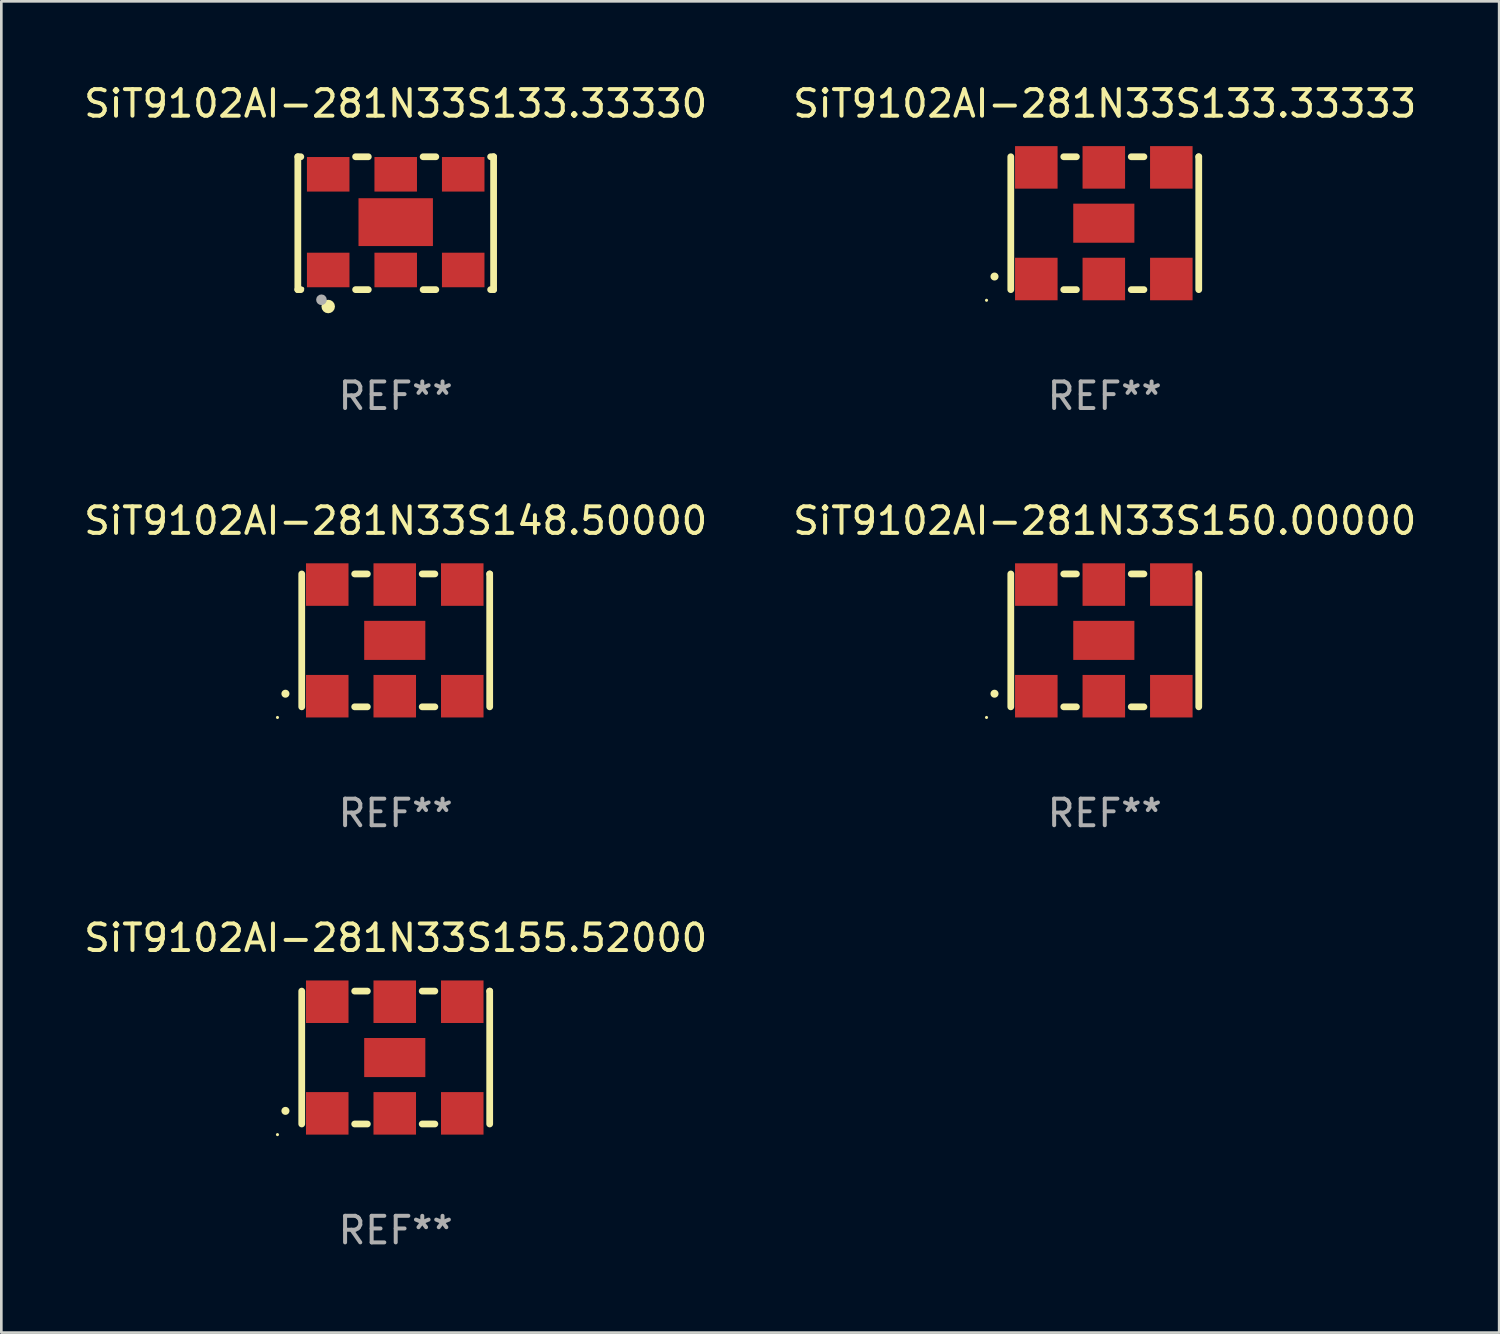
<source format=kicad_pcb>
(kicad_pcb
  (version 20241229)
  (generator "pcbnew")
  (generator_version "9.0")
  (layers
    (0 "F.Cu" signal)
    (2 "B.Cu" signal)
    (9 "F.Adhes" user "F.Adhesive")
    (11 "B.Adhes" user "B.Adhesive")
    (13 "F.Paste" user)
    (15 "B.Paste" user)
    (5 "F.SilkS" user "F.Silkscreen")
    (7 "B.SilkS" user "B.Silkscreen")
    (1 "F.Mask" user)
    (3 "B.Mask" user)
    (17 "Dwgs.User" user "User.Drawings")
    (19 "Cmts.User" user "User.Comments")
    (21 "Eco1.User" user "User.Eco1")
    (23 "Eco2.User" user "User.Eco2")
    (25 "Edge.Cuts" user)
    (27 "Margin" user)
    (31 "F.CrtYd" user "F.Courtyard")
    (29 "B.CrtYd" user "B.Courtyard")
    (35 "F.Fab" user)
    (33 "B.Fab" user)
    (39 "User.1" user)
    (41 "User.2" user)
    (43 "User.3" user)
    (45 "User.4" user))
  (footprint "SiT9102AI-281N33S133.33333"
    (layer "F.Cu")
    (at 38.518 5.348)
    (property "Reference" "SiT9102AI-281N33S133.33333" (at 0 -4.5 0) (layer "F.SilkS") (effects (font (size 1 1) (thickness 0.15))))
    (attr through_hole)
    (fp_line (start -3.536 -2.5) (end -3.536 2.5) (stroke (width 0.254) (type solid)) (layer "F.SilkS"))
    (fp_line (start -1.544 2.5) (end -1.067 2.5) (stroke (width 0.254) (type solid)) (layer "F.SilkS"))
    (fp_line (start -1.067 -2.5) (end -1.544 -2.5) (stroke (width 0.254) (type solid)) (layer "F.SilkS"))
    (fp_line (start 0.996 2.5) (end 1.473 2.5) (stroke (width 0.254) (type solid)) (layer "F.SilkS"))
    (fp_line (start 1.473 -2.5) (end 0.996 -2.5) (stroke (width 0.254) (type solid)) (layer "F.SilkS"))
    (fp_line (start 3.536 -2.5) (end 3.536 -2.5) (stroke (width 0.254) (type solid)) (layer "F.SilkS"))
    (fp_line (start 3.536 2.5) (end 3.536 -2.5) (stroke (width 0.254) (type solid)) (layer "F.SilkS"))
    (fp_arc (start -4.150432 2.006604) (mid -4.149162 2.006599) (end -4.147892 2.006604) (stroke (width 0.3) (type solid)) (layer "F.SilkS"))
    (fp_circle (center -4.449 2.9) (end -4.419 2.9) (stroke (width 0.06) (type solid)) (fill no) (layer "F.SilkS"))
    (fp_text user "REF**" (at 0 6.5 0) (layer "F.Fab") (effects (font (size 1 1) (thickness 0.15))))
    (pad "1" smd rect (at -2.576 2.1) (size 1.6 1.6) (layers "F.Cu" "F.Mask" "F.Paste"))
    (pad "2" smd rect (at -0.036 2.1) (size 1.6 1.6) (layers "F.Cu" "F.Mask" "F.Paste"))
    (pad "3" smd rect (at 2.504 2.1) (size 1.6 1.6) (layers "F.Cu" "F.Mask" "F.Paste"))
    (pad "4" smd rect (at 2.504 -2.1) (size 1.6 1.6) (layers "F.Cu" "F.Mask" "F.Paste"))
    (pad "5" smd rect (at -0.036 -2.1) (size 1.6 1.6) (layers "F.Cu" "F.Mask" "F.Paste"))
    (pad "6" smd rect (at -2.576 -2.1) (size 1.6 1.6) (layers "F.Cu" "F.Mask" "F.Paste"))
    (pad "7" smd rect (at -0.036 0) (size 2.3 1.47) (layers "F.Cu" "F.Mask" "F.Paste")))
  (footprint "SiT9102AI-281N33S150.00000"
    (layer "F.Cu")
    (at 38.518 21.045)
    (property "Reference" "SiT9102AI-281N33S150.00000" (at 0 -4.5 0) (layer "F.SilkS") (effects (font (size 1 1) (thickness 0.15))))
    (attr through_hole)
    (fp_line (start -3.536 -2.5) (end -3.536 2.5) (stroke (width 0.254) (type solid)) (layer "F.SilkS"))
    (fp_line (start -1.544 2.5) (end -1.067 2.5) (stroke (width 0.254) (type solid)) (layer "F.SilkS"))
    (fp_line (start -1.067 -2.5) (end -1.544 -2.5) (stroke (width 0.254) (type solid)) (layer "F.SilkS"))
    (fp_line (start 0.996 2.5) (end 1.473 2.5) (stroke (width 0.254) (type solid)) (layer "F.SilkS"))
    (fp_line (start 1.473 -2.5) (end 0.996 -2.5) (stroke (width 0.254) (type solid)) (layer "F.SilkS"))
    (fp_line (start 3.536 -2.5) (end 3.536 -2.5) (stroke (width 0.254) (type solid)) (layer "F.SilkS"))
    (fp_line (start 3.536 2.5) (end 3.536 -2.5) (stroke (width 0.254) (type solid)) (layer "F.SilkS"))
    (fp_arc (start -4.150432 2.006604) (mid -4.149162 2.006599) (end -4.147892 2.006604) (stroke (width 0.3) (type solid)) (layer "F.SilkS"))
    (fp_circle (center -4.449 2.9) (end -4.419 2.9) (stroke (width 0.06) (type solid)) (fill no) (layer "F.SilkS"))
    (fp_text user "REF**" (at 0 6.5 0) (layer "F.Fab") (effects (font (size 1 1) (thickness 0.15))))
    (pad "1" smd rect (at -2.576 2.1) (size 1.6 1.6) (layers "F.Cu" "F.Mask" "F.Paste"))
    (pad "2" smd rect (at -0.036 2.1) (size 1.6 1.6) (layers "F.Cu" "F.Mask" "F.Paste"))
    (pad "3" smd rect (at 2.504 2.1) (size 1.6 1.6) (layers "F.Cu" "F.Mask" "F.Paste"))
    (pad "4" smd rect (at 2.504 -2.1) (size 1.6 1.6) (layers "F.Cu" "F.Mask" "F.Paste"))
    (pad "5" smd rect (at -0.036 -2.1) (size 1.6 1.6) (layers "F.Cu" "F.Mask" "F.Paste"))
    (pad "6" smd rect (at -2.576 -2.1) (size 1.6 1.6) (layers "F.Cu" "F.Mask" "F.Paste"))
    (pad "7" smd rect (at -0.036 0) (size 2.3 1.47) (layers "F.Cu" "F.Mask" "F.Paste")))
  (footprint "SiT9102AI-281N33S133.33330"
    (layer "F.Cu")
    (at 11.839 5.348)
    (property "Reference" "SiT9102AI-281N33S133.33330" (at 0 -4.5 0) (layer "F.SilkS") (effects (font (size 1 1) (thickness 0.15))))
    (attr through_hole)
    (fp_line (start -3.683 -2.5) (end -3.571 -2.5) (stroke (width 0.254) (type solid)) (layer "F.SilkS"))
    (fp_line (start -3.683 2.5) (end -3.683 -2.5) (stroke (width 0.254) (type solid)) (layer "F.SilkS"))
    (fp_line (start -3.683 2.5) (end -3.571 2.5) (stroke (width 0.254) (type solid)) (layer "F.SilkS"))
    (fp_line (start -1.509 -2.5) (end -1.031 -2.5) (stroke (width 0.254) (type solid)) (layer "F.SilkS"))
    (fp_line (start -1.509 2.5) (end -1.031 2.5) (stroke (width 0.254) (type solid)) (layer "F.SilkS"))
    (fp_line (start 1.031 -2.5) (end 1.509 -2.5) (stroke (width 0.254) (type solid)) (layer "F.SilkS"))
    (fp_line (start 1.031 2.5) (end 1.509 2.5) (stroke (width 0.254) (type solid)) (layer "F.SilkS"))
    (fp_line (start 3.571 -2.5) (end 3.683 -2.5) (stroke (width 0.254) (type solid)) (layer "F.SilkS"))
    (fp_line (start 3.571 2.5) (end 3.683 2.5) (stroke (width 0.254) (type solid)) (layer "F.SilkS"))
    (fp_line (start 3.683 2.5) (end 3.683 -2.5) (stroke (width 0.254) (type solid)) (layer "F.SilkS"))
    (fp_circle (center -3.5 2.46) (end -3.47 2.46) (stroke (width 0.06) (type solid)) (fill no) (layer "F.SilkS"))
    (fp_circle (center -2.54 3.135) (end -2.413 3.135) (stroke (width 0.254) (type solid)) (fill no) (layer "F.SilkS"))
    (fp_circle (center -2.794 2.881) (end -2.694 2.881) (stroke (width 0.2) (type solid)) (fill no) (layer "F.Fab"))
    (fp_text user "REF**" (at 0 6.5 0) (layer "F.Fab") (effects (font (size 1 1) (thickness 0.15))))
    (pad "1" smd rect (at -2.54 1.76) (size 1.6 1.3) (layers "F.Cu" "F.Mask" "F.Paste"))
    (pad "2" smd rect (at 0 1.76) (size 1.6 1.3) (layers "F.Cu" "F.Mask" "F.Paste"))
    (pad "3" smd rect (at 2.54 1.76) (size 1.6 1.3) (layers "F.Cu" "F.Mask" "F.Paste"))
    (pad "4" smd rect (at 2.54 -1.84) (size 1.6 1.3) (layers "F.Cu" "F.Mask" "F.Paste"))
    (pad "5" smd rect (at 0 -1.84) (size 1.6 1.3) (layers "F.Cu" "F.Mask" "F.Paste"))
    (pad "6" smd rect (at -2.54 -1.84) (size 1.6 1.3) (layers "F.Cu" "F.Mask" "F.Paste"))
    (pad "7" smd rect (at 0 -0.04) (size 2.8 1.8) (layers "F.Cu" "F.Mask" "F.Paste")))
  (footprint "SiT9102AI-281N33S155.52000"
    (layer "F.Cu")
    (at 11.839 36.741)
    (property "Reference" "SiT9102AI-281N33S155.52000" (at 0 -4.5 0) (layer "F.SilkS") (effects (font (size 1 1) (thickness 0.15))))
    (attr through_hole)
    (fp_line (start -3.536 -2.5) (end -3.536 2.5) (stroke (width 0.254) (type solid)) (layer "F.SilkS"))
    (fp_line (start -1.544 2.5) (end -1.067 2.5) (stroke (width 0.254) (type solid)) (layer "F.SilkS"))
    (fp_line (start -1.067 -2.5) (end -1.544 -2.5) (stroke (width 0.254) (type solid)) (layer "F.SilkS"))
    (fp_line (start 0.996 2.5) (end 1.473 2.5) (stroke (width 0.254) (type solid)) (layer "F.SilkS"))
    (fp_line (start 1.473 -2.5) (end 0.996 -2.5) (stroke (width 0.254) (type solid)) (layer "F.SilkS"))
    (fp_line (start 3.536 -2.5) (end 3.536 -2.5) (stroke (width 0.254) (type solid)) (layer "F.SilkS"))
    (fp_line (start 3.536 2.5) (end 3.536 -2.5) (stroke (width 0.254) (type solid)) (layer "F.SilkS"))
    (fp_arc (start -4.150432 2.006604) (mid -4.149162 2.006599) (end -4.147892 2.006604) (stroke (width 0.3) (type solid)) (layer "F.SilkS"))
    (fp_circle (center -4.449 2.9) (end -4.419 2.9) (stroke (width 0.06) (type solid)) (fill no) (layer "F.SilkS"))
    (fp_text user "REF**" (at 0 6.5 0) (layer "F.Fab") (effects (font (size 1 1) (thickness 0.15))))
    (pad "1" smd rect (at -2.576 2.1) (size 1.6 1.6) (layers "F.Cu" "F.Mask" "F.Paste"))
    (pad "2" smd rect (at -0.036 2.1) (size 1.6 1.6) (layers "F.Cu" "F.Mask" "F.Paste"))
    (pad "3" smd rect (at 2.504 2.1) (size 1.6 1.6) (layers "F.Cu" "F.Mask" "F.Paste"))
    (pad "4" smd rect (at 2.504 -2.1) (size 1.6 1.6) (layers "F.Cu" "F.Mask" "F.Paste"))
    (pad "5" smd rect (at -0.036 -2.1) (size 1.6 1.6) (layers "F.Cu" "F.Mask" "F.Paste"))
    (pad "6" smd rect (at -2.576 -2.1) (size 1.6 1.6) (layers "F.Cu" "F.Mask" "F.Paste"))
    (pad "7" smd rect (at -0.036 0) (size 2.3 1.47) (layers "F.Cu" "F.Mask" "F.Paste")))
  (footprint "SiT9102AI-281N33S148.50000"
    (layer "F.Cu")
    (at 11.839 21.045)
    (property "Reference" "SiT9102AI-281N33S148.50000" (at 0 -4.5 0) (layer "F.SilkS") (effects (font (size 1 1) (thickness 0.15))))
    (attr through_hole)
    (fp_line (start -3.536 -2.5) (end -3.536 2.5) (stroke (width 0.254) (type solid)) (layer "F.SilkS"))
    (fp_line (start -1.544 2.5) (end -1.067 2.5) (stroke (width 0.254) (type solid)) (layer "F.SilkS"))
    (fp_line (start -1.067 -2.5) (end -1.544 -2.5) (stroke (width 0.254) (type solid)) (layer "F.SilkS"))
    (fp_line (start 0.996 2.5) (end 1.473 2.5) (stroke (width 0.254) (type solid)) (layer "F.SilkS"))
    (fp_line (start 1.473 -2.5) (end 0.996 -2.5) (stroke (width 0.254) (type solid)) (layer "F.SilkS"))
    (fp_line (start 3.536 -2.5) (end 3.536 -2.5) (stroke (width 0.254) (type solid)) (layer "F.SilkS"))
    (fp_line (start 3.536 2.5) (end 3.536 -2.5) (stroke (width 0.254) (type solid)) (layer "F.SilkS"))
    (fp_arc (start -4.150432 2.006604) (mid -4.149162 2.006599) (end -4.147892 2.006604) (stroke (width 0.3) (type solid)) (layer "F.SilkS"))
    (fp_circle (center -4.449 2.9) (end -4.419 2.9) (stroke (width 0.06) (type solid)) (fill no) (layer "F.SilkS"))
    (fp_text user "REF**" (at 0 6.5 0) (layer "F.Fab") (effects (font (size 1 1) (thickness 0.15))))
    (pad "1" smd rect (at -2.576 2.1) (size 1.6 1.6) (layers "F.Cu" "F.Mask" "F.Paste"))
    (pad "2" smd rect (at -0.036 2.1) (size 1.6 1.6) (layers "F.Cu" "F.Mask" "F.Paste"))
    (pad "3" smd rect (at 2.504 2.1) (size 1.6 1.6) (layers "F.Cu" "F.Mask" "F.Paste"))
    (pad "4" smd rect (at 2.504 -2.1) (size 1.6 1.6) (layers "F.Cu" "F.Mask" "F.Paste"))
    (pad "5" smd rect (at -0.036 -2.1) (size 1.6 1.6) (layers "F.Cu" "F.Mask" "F.Paste"))
    (pad "6" smd rect (at -2.576 -2.1) (size 1.6 1.6) (layers "F.Cu" "F.Mask" "F.Paste"))
    (pad "7" smd rect (at -0.036 0) (size 2.3 1.47) (layers "F.Cu" "F.Mask" "F.Paste")))
  (gr_rect
    (start -3 -3)
    (end 53.357 47.09)
    (stroke (width 0.1) (type default))
    (fill no)
    (layer "Edge.Cuts")))
</source>
